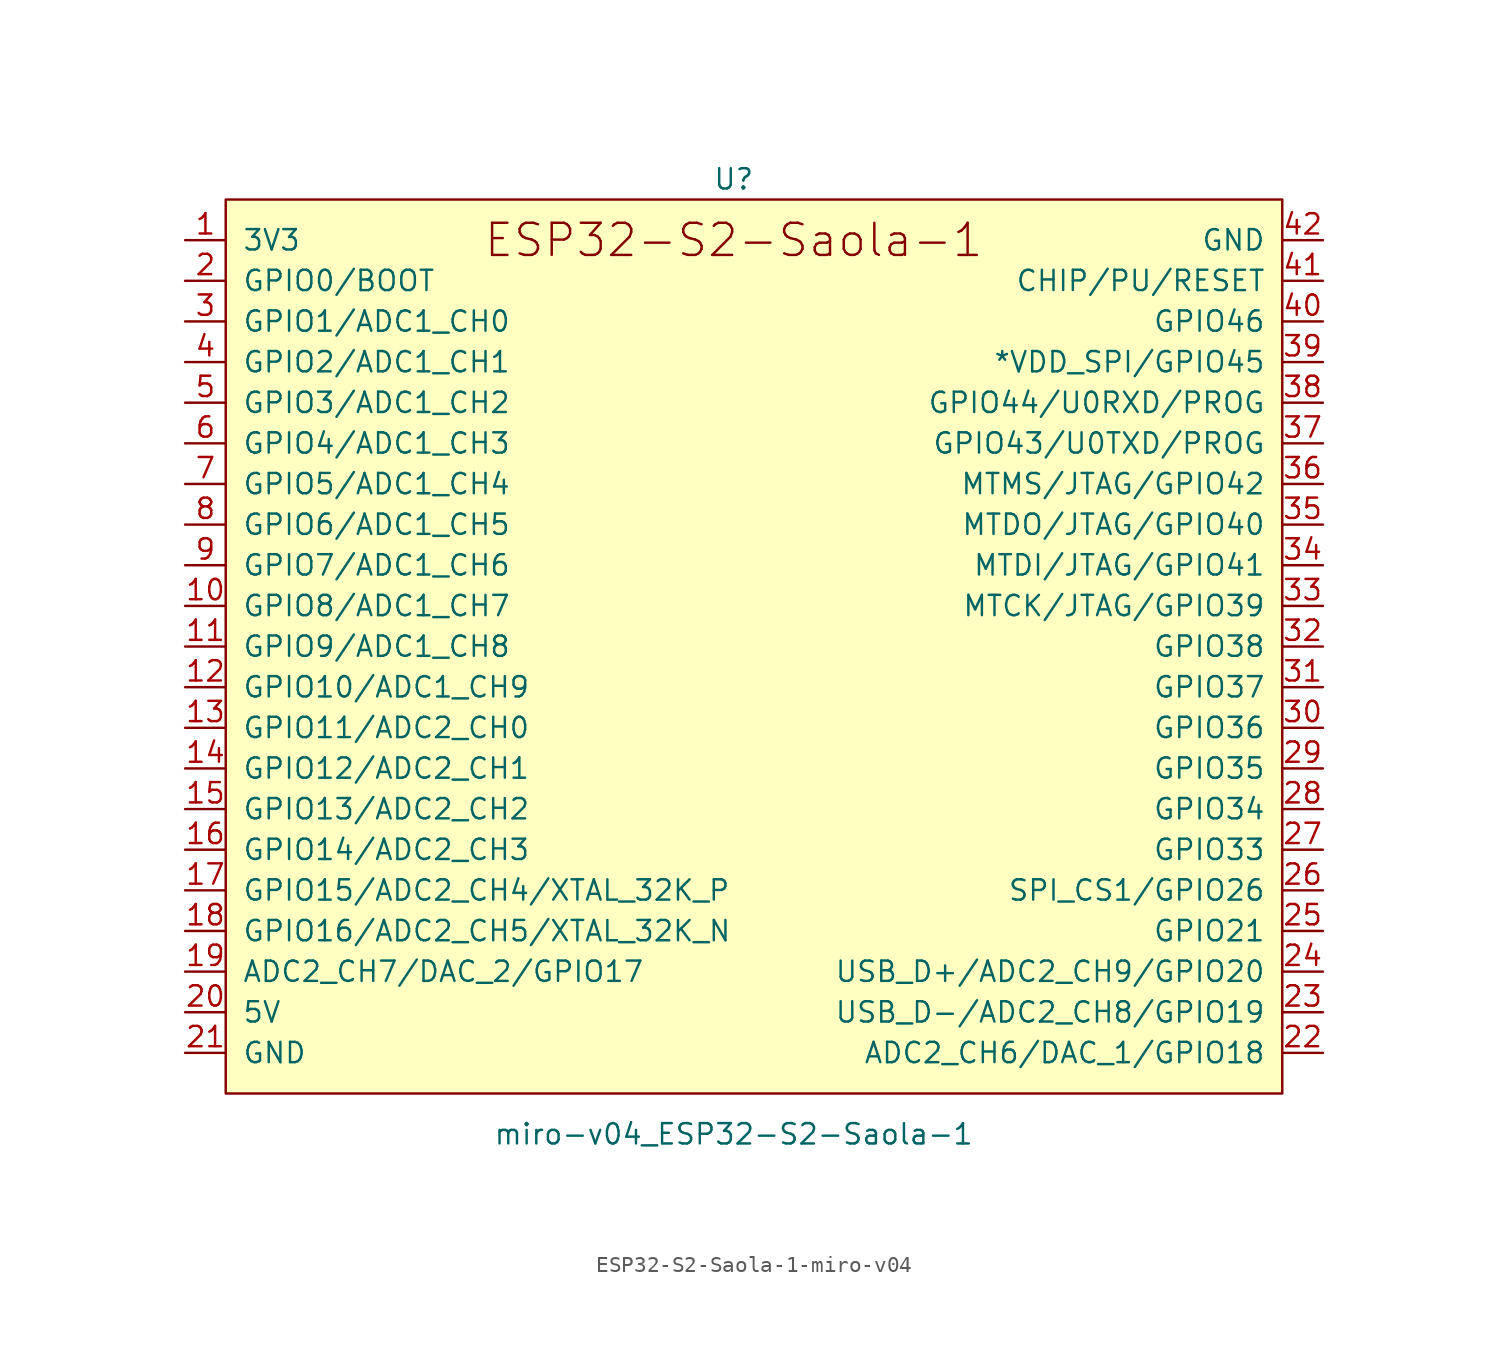
<source format=kicad_sym>
(kicad_symbol_lib
  (version 20220914)
  (generator kicad_symbol_editor)
  (symbol "ESP32-S2-Saola-1-miro-v04"
    (pin_names
      (offset 1.016))
    (property "Reference" "U"
      (at 0 27.94 0)
      (effects (font (size 1.27 1.27))))
    (property "Value" "miro-v04_ESP32-S2-Saola-1"
      (at 0 -31.75 0)
      (effects (font (size 1.27 1.27))))
    (symbol "ESP32-S2-Saola-1-miro-v04_0_0"
      (text "ESP32-S2-Saola-1" (at 0 24.13 0) (effects (font (size 2.007 2.007))))
      (pin power_in line (at -34.29 24.13 0) (length 2.54) (name "3V3" (effects (font (size 1.27 1.27)))) (number "1" (effects (font (size 1.27 1.27)))))
      (pin bidirectional line (at -34.29 1.27 0) (length 2.54) (name "GPIO8/ADC1_CH7" (effects (font (size 1.27 1.27)))) (number "10" (effects (font (size 1.27 1.27)))))
      (pin bidirectional line (at -34.29 -1.27 0) (length 2.54) (name "GPIO9/ADC1_CH8" (effects (font (size 1.27 1.27)))) (number "11" (effects (font (size 1.27 1.27)))))
      (pin bidirectional line (at -34.29 -3.81 0) (length 2.54) (name "GPIO10/ADC1_CH9" (effects (font (size 1.27 1.27)))) (number "12" (effects (font (size 1.27 1.27)))))
      (pin bidirectional line (at -34.29 -6.35 0) (length 2.54) (name "GPIO11/ADC2_CH0" (effects (font (size 1.27 1.27)))) (number "13" (effects (font (size 1.27 1.27)))))
      (pin bidirectional line (at -34.29 -8.89 0) (length 2.54) (name "GPIO12/ADC2_CH1" (effects (font (size 1.27 1.27)))) (number "14" (effects (font (size 1.27 1.27)))))
      (pin bidirectional line (at -34.29 -11.43 0) (length 2.54) (name "GPIO13/ADC2_CH2" (effects (font (size 1.27 1.27)))) (number "15" (effects (font (size 1.27 1.27)))))
      (pin bidirectional line (at -34.29 -13.97 0) (length 2.54) (name "GPIO14/ADC2_CH3" (effects (font (size 1.27 1.27)))) (number "16" (effects (font (size 1.27 1.27)))))
      (pin bidirectional line (at -34.29 -16.51 0) (length 2.54) (name "GPIO15/ADC2_CH4/XTAL_32K_P" (effects (font (size 1.27 1.27)))) (number "17" (effects (font (size 1.27 1.27)))))
      (pin bidirectional line (at -34.29 -19.05 0) (length 2.54) (name "GPIO16/ADC2_CH5/XTAL_32K_N" (effects (font (size 1.27 1.27)))) (number "18" (effects (font (size 1.27 1.27)))))
      (pin bidirectional line (at -34.29 -21.59 0) (length 2.54) (name "ADC2_CH7/DAC_2/GPIO17" (effects (font (size 1.27 1.27)))) (number "19" (effects (font (size 1.27 1.27)))))
      (pin bidirectional line (at -34.29 21.59 0) (length 2.54) (name "GPIO0/BOOT" (effects (font (size 1.27 1.27)))) (number "2" (effects (font (size 1.27 1.27)))))
      (pin power_in line (at -34.29 -24.13 0) (length 2.54) (name "5V" (effects (font (size 1.27 1.27)))) (number "20" (effects (font (size 1.27 1.27)))))
      (pin power_in line (at -34.29 -26.67 0) (length 2.54) (name "GND" (effects (font (size 1.27 1.27)))) (number "21" (effects (font (size 1.27 1.27)))))
      (pin bidirectional line (at 36.83 -26.67 180) (length 2.54) (name "ADC2_CH6/DAC_1/GPIO18" (effects (font (size 1.27 1.27)))) (number "22" (effects (font (size 1.27 1.27)))))
      (pin bidirectional line (at 36.83 -24.13 180) (length 2.54) (name "USB_D-/ADC2_CH8/GPIO19" (effects (font (size 1.27 1.27)))) (number "23" (effects (font (size 1.27 1.27)))))
      (pin bidirectional line (at 36.83 -21.59 180) (length 2.54) (name "USB_D+/ADC2_CH9/GPIO20" (effects (font (size 1.27 1.27)))) (number "24" (effects (font (size 1.27 1.27)))))
      (pin bidirectional line (at 36.83 -19.05 180) (length 2.54) (name "GPIO21" (effects (font (size 1.27 1.27)))) (number "25" (effects (font (size 1.27 1.27)))))
      (pin bidirectional line (at 36.83 -16.51 180) (length 2.54) (name "SPI_CS1/GPIO26" (effects (font (size 1.27 1.27)))) (number "26" (effects (font (size 1.27 1.27)))))
      (pin bidirectional line (at 36.83 -13.97 180) (length 2.54) (name "GPIO33" (effects (font (size 1.27 1.27)))) (number "27" (effects (font (size 1.27 1.27)))))
      (pin bidirectional line (at 36.83 -11.43 180) (length 2.54) (name "GPIO34" (effects (font (size 1.27 1.27)))) (number "28" (effects (font (size 1.27 1.27)))))
      (pin bidirectional line (at 36.83 -8.89 180) (length 2.54) (name "GPIO35" (effects (font (size 1.27 1.27)))) (number "29" (effects (font (size 1.27 1.27)))))
      (pin bidirectional line (at -34.29 19.05 0) (length 2.54) (name "GPIO1/ADC1_CH0" (effects (font (size 1.27 1.27)))) (number "3" (effects (font (size 1.27 1.27)))))
      (pin bidirectional line (at 36.83 -6.35 180) (length 2.54) (name "GPIO36" (effects (font (size 1.27 1.27)))) (number "30" (effects (font (size 1.27 1.27)))))
      (pin bidirectional line (at 36.83 -3.81 180) (length 2.54) (name "GPIO37" (effects (font (size 1.27 1.27)))) (number "31" (effects (font (size 1.27 1.27)))))
      (pin bidirectional line (at 36.83 -1.27 180) (length 2.54) (name "GPIO38" (effects (font (size 1.27 1.27)))) (number "32" (effects (font (size 1.27 1.27)))))
      (pin bidirectional line (at 36.83 1.27 180) (length 2.54) (name "MTCK/JTAG/GPIO39" (effects (font (size 1.27 1.27)))) (number "33" (effects (font (size 1.27 1.27)))))
      (pin bidirectional line (at 36.83 3.81 180) (length 2.54) (name "MTDI/JTAG/GPIO41" (effects (font (size 1.27 1.27)))) (number "34" (effects (font (size 1.27 1.27)))))
      (pin bidirectional line (at 36.83 6.35 180) (length 2.54) (name "MTDO/JTAG/GPIO40" (effects (font (size 1.27 1.27)))) (number "35" (effects (font (size 1.27 1.27)))))
      (pin bidirectional line (at 36.83 8.89 180) (length 2.54) (name "MTMS/JTAG/GPIO42" (effects (font (size 1.27 1.27)))) (number "36" (effects (font (size 1.27 1.27)))))
      (pin bidirectional line (at 36.83 11.43 180) (length 2.54) (name "GPIO43/U0TXD/PROG" (effects (font (size 1.27 1.27)))) (number "37" (effects (font (size 1.27 1.27)))))
      (pin bidirectional line (at 36.83 13.97 180) (length 2.54) (name "GPIO44/U0RXD/PROG" (effects (font (size 1.27 1.27)))) (number "38" (effects (font (size 1.27 1.27)))))
      (pin bidirectional line (at 36.83 16.51 180) (length 2.54) (name "*VDD_SPI/GPIO45" (effects (font (size 1.27 1.27)))) (number "39" (effects (font (size 1.27 1.27)))))
      (pin unspecified line (at -34.29 16.51 0) (length 2.54) (name "GPIO2/ADC1_CH1" (effects (font (size 1.27 1.27)))) (number "4" (effects (font (size 1.27 1.27)))))
      (pin input line (at 36.83 19.05 180) (length 2.54) (name "GPIO46" (effects (font (size 1.27 1.27)))) (number "40" (effects (font (size 1.27 1.27)))))
      (pin input line (at 36.83 21.59 180) (length 2.54) (name "CHIP/PU/RESET" (effects (font (size 1.27 1.27)))) (number "41" (effects (font (size 1.27 1.27)))))
      (pin power_in line (at 36.83 24.13 180) (length 2.54) (name "GND" (effects (font (size 1.27 1.27)))) (number "42" (effects (font (size 1.27 1.27)))))
      (pin bidirectional line (at -34.29 13.97 0) (length 2.54) (name "GPIO3/ADC1_CH2" (effects (font (size 1.27 1.27)))) (number "5" (effects (font (size 1.27 1.27)))))
      (pin bidirectional line (at -34.29 11.43 0) (length 2.54) (name "GPIO4/ADC1_CH3" (effects (font (size 1.27 1.27)))) (number "6" (effects (font (size 1.27 1.27)))))
      (pin bidirectional line (at -34.29 8.89 0) (length 2.54) (name "GPIO5/ADC1_CH4" (effects (font (size 1.27 1.27)))) (number "7" (effects (font (size 1.27 1.27)))))
      (pin bidirectional line (at -34.29 6.35 0) (length 2.54) (name "GPIO6/ADC1_CH5" (effects (font (size 1.27 1.27)))) (number "8" (effects (font (size 1.27 1.27)))))
      (pin bidirectional line (at -34.29 3.81 0) (length 2.54) (name "GPIO7/ADC1_CH6" (effects (font (size 1.27 1.27)))) (number "9" (effects (font (size 1.27 1.27))))))
    (symbol "ESP32-S2-Saola-1-miro-v04_0_1"
      (rectangle (start -31.75 26.67) (end 34.29 -29.21) (stroke (width 0) (type solid)) (fill (type background))))))
</source>
